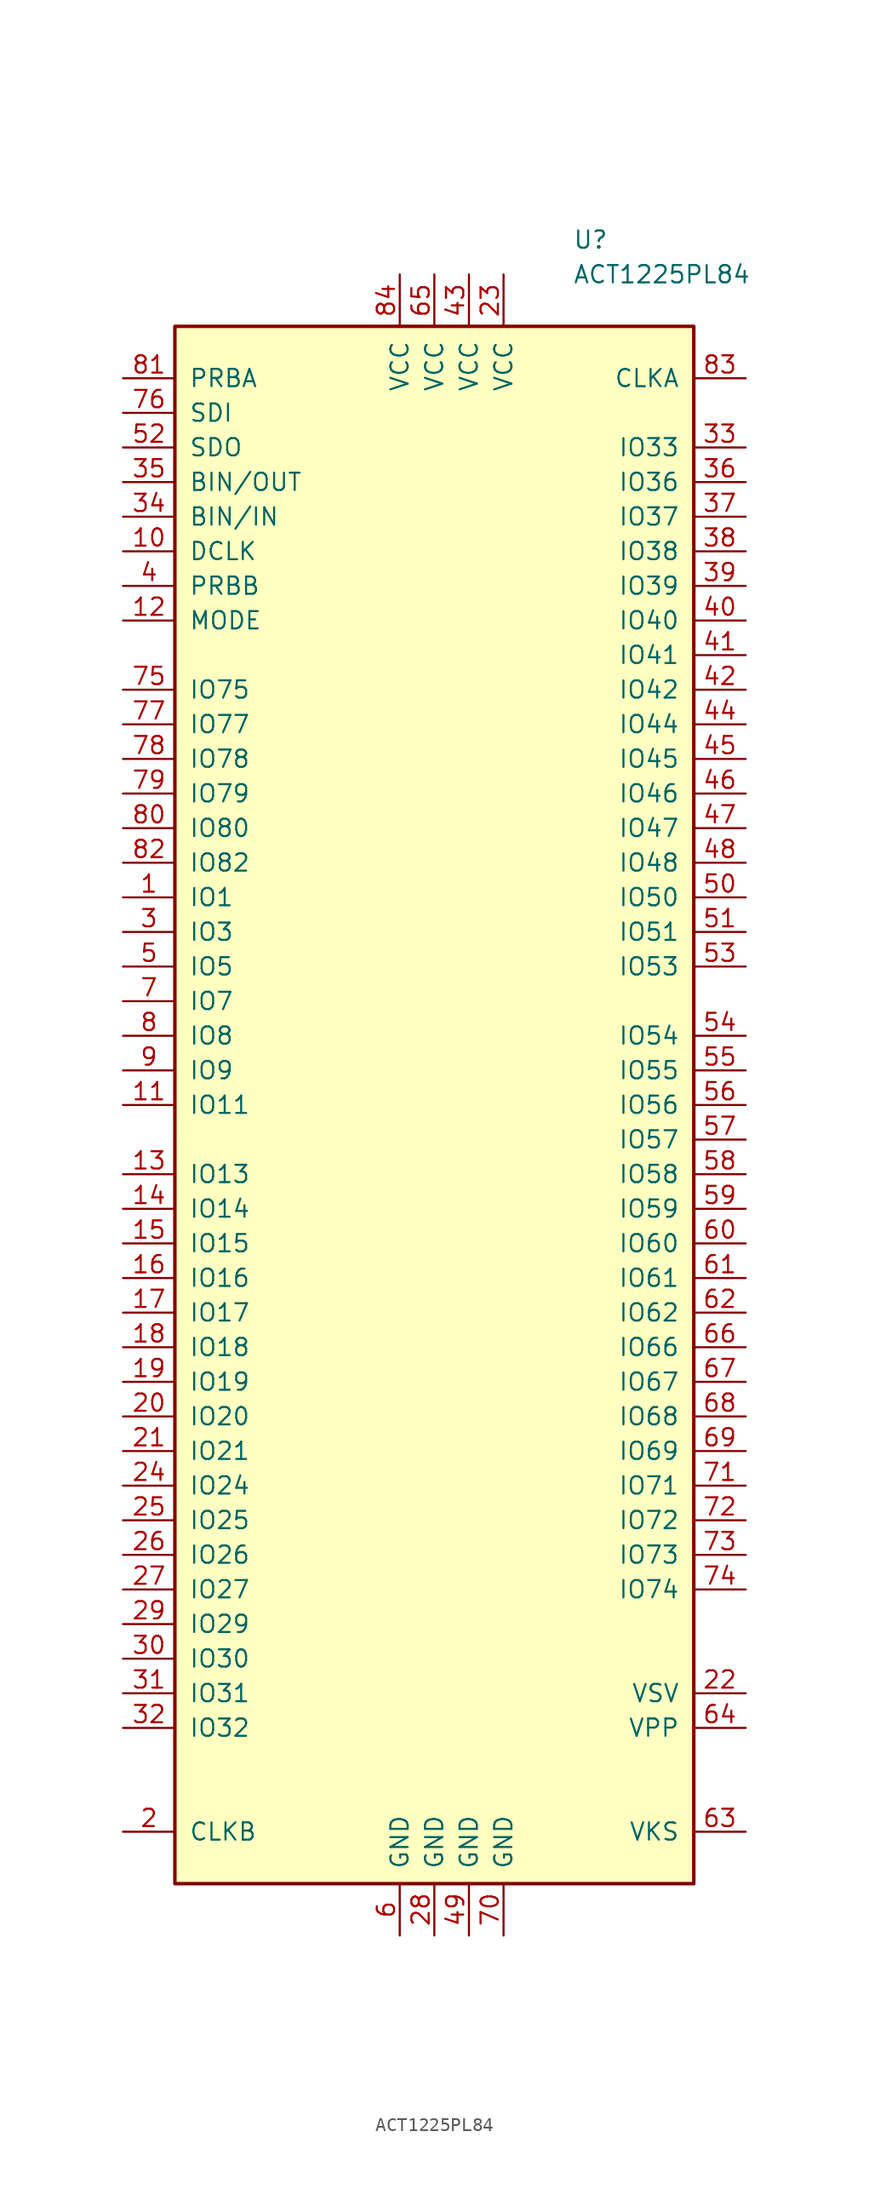
<source format=kicad_sym>
(kicad_symbol_lib
  (version 20201005)
  (generator kicad_symbol_editor)
  (symbol "FPGA_Microsemi:ACT1225PL84"
    (pin_names
      (offset 1.016))
    (property "Reference" "U"
      (at 10.16 63.5 0)
      (effects (font (size 1.27 1.27)) (justify left)))
    (property "Value" "ACT1225PL84"
      (at 10.16 60.96 0)
      (effects (font (size 1.27 1.27)) (justify left)))
    (symbol "ACT1225PL84_0_1"
      (rectangle (start -19.05 -57.15) (end 19.05 57.15) (stroke (width 0.254)) (fill (type background))))
    (symbol "ACT1225PL84_1_1"
      (pin input line (at -22.86 15.24 0) (length 3.81) (name "IO1" (effects (font (size 1.27 1.27)))) (number "1" (effects (font (size 1.27 1.27)))))
      (pin input line (at -22.86 40.64 0) (length 3.81) (name "DCLK" (effects (font (size 1.27 1.27)))) (number "10" (effects (font (size 1.27 1.27)))))
      (pin input line (at -22.86 0 0) (length 3.81) (name "IO11" (effects (font (size 1.27 1.27)))) (number "11" (effects (font (size 1.27 1.27)))))
      (pin input line (at -22.86 35.56 0) (length 3.81) (name "MODE" (effects (font (size 1.27 1.27)))) (number "12" (effects (font (size 1.27 1.27)))))
      (pin input line (at -22.86 -5.08 0) (length 3.81) (name "IO13" (effects (font (size 1.27 1.27)))) (number "13" (effects (font (size 1.27 1.27)))))
      (pin input line (at -22.86 -7.62 0) (length 3.81) (name "IO14" (effects (font (size 1.27 1.27)))) (number "14" (effects (font (size 1.27 1.27)))))
      (pin input line (at -22.86 -10.16 0) (length 3.81) (name "IO15" (effects (font (size 1.27 1.27)))) (number "15" (effects (font (size 1.27 1.27)))))
      (pin input line (at -22.86 -12.7 0) (length 3.81) (name "IO16" (effects (font (size 1.27 1.27)))) (number "16" (effects (font (size 1.27 1.27)))))
      (pin input line (at -22.86 -15.24 0) (length 3.81) (name "IO17" (effects (font (size 1.27 1.27)))) (number "17" (effects (font (size 1.27 1.27)))))
      (pin input line (at -22.86 -17.78 0) (length 3.81) (name "IO18" (effects (font (size 1.27 1.27)))) (number "18" (effects (font (size 1.27 1.27)))))
      (pin input line (at -22.86 -20.32 0) (length 3.81) (name "IO19" (effects (font (size 1.27 1.27)))) (number "19" (effects (font (size 1.27 1.27)))))
      (pin input line (at -22.86 -53.34 0) (length 3.81) (name "CLKB" (effects (font (size 1.27 1.27)))) (number "2" (effects (font (size 1.27 1.27)))))
      (pin input line (at -22.86 -22.86 0) (length 3.81) (name "IO20" (effects (font (size 1.27 1.27)))) (number "20" (effects (font (size 1.27 1.27)))))
      (pin input line (at -22.86 -25.4 0) (length 3.81) (name "IO21" (effects (font (size 1.27 1.27)))) (number "21" (effects (font (size 1.27 1.27)))))
      (pin passive line (at 22.86 -43.18 180) (length 3.81) (name "VSV" (effects (font (size 1.27 1.27)))) (number "22" (effects (font (size 1.27 1.27)))))
      (pin power_in line (at 5.08 60.96 270) (length 3.81) (name "VCC" (effects (font (size 1.27 1.27)))) (number "23" (effects (font (size 1.27 1.27)))))
      (pin input line (at -22.86 -27.94 0) (length 3.81) (name "IO24" (effects (font (size 1.27 1.27)))) (number "24" (effects (font (size 1.27 1.27)))))
      (pin input line (at -22.86 -30.48 0) (length 3.81) (name "IO25" (effects (font (size 1.27 1.27)))) (number "25" (effects (font (size 1.27 1.27)))))
      (pin input line (at -22.86 -33.02 0) (length 3.81) (name "IO26" (effects (font (size 1.27 1.27)))) (number "26" (effects (font (size 1.27 1.27)))))
      (pin input line (at -22.86 -35.56 0) (length 3.81) (name "IO27" (effects (font (size 1.27 1.27)))) (number "27" (effects (font (size 1.27 1.27)))))
      (pin power_in line (at 0 -60.96 90) (length 3.81) (name "GND" (effects (font (size 1.27 1.27)))) (number "28" (effects (font (size 1.27 1.27)))))
      (pin input line (at -22.86 -38.1 0) (length 3.81) (name "IO29" (effects (font (size 1.27 1.27)))) (number "29" (effects (font (size 1.27 1.27)))))
      (pin input line (at -22.86 12.7 0) (length 3.81) (name "IO3" (effects (font (size 1.27 1.27)))) (number "3" (effects (font (size 1.27 1.27)))))
      (pin input line (at -22.86 -40.64 0) (length 3.81) (name "IO30" (effects (font (size 1.27 1.27)))) (number "30" (effects (font (size 1.27 1.27)))))
      (pin input line (at -22.86 -43.18 0) (length 3.81) (name "IO31" (effects (font (size 1.27 1.27)))) (number "31" (effects (font (size 1.27 1.27)))))
      (pin input line (at -22.86 -45.72 0) (length 3.81) (name "IO32" (effects (font (size 1.27 1.27)))) (number "32" (effects (font (size 1.27 1.27)))))
      (pin input line (at 22.86 48.26 180) (length 3.81) (name "IO33" (effects (font (size 1.27 1.27)))) (number "33" (effects (font (size 1.27 1.27)))))
      (pin input line (at -22.86 43.18 0) (length 3.81) (name "BIN/IN" (effects (font (size 1.27 1.27)))) (number "34" (effects (font (size 1.27 1.27)))))
      (pin input line (at -22.86 45.72 0) (length 3.81) (name "BIN/OUT" (effects (font (size 1.27 1.27)))) (number "35" (effects (font (size 1.27 1.27)))))
      (pin input line (at 22.86 45.72 180) (length 3.81) (name "IO36" (effects (font (size 1.27 1.27)))) (number "36" (effects (font (size 1.27 1.27)))))
      (pin input line (at 22.86 43.18 180) (length 3.81) (name "IO37" (effects (font (size 1.27 1.27)))) (number "37" (effects (font (size 1.27 1.27)))))
      (pin input line (at 22.86 40.64 180) (length 3.81) (name "IO38" (effects (font (size 1.27 1.27)))) (number "38" (effects (font (size 1.27 1.27)))))
      (pin input line (at 22.86 38.1 180) (length 3.81) (name "IO39" (effects (font (size 1.27 1.27)))) (number "39" (effects (font (size 1.27 1.27)))))
      (pin input line (at -22.86 38.1 0) (length 3.81) (name "PRBB" (effects (font (size 1.27 1.27)))) (number "4" (effects (font (size 1.27 1.27)))))
      (pin input line (at 22.86 35.56 180) (length 3.81) (name "IO40" (effects (font (size 1.27 1.27)))) (number "40" (effects (font (size 1.27 1.27)))))
      (pin input line (at 22.86 33.02 180) (length 3.81) (name "IO41" (effects (font (size 1.27 1.27)))) (number "41" (effects (font (size 1.27 1.27)))))
      (pin input line (at 22.86 30.48 180) (length 3.81) (name "IO42" (effects (font (size 1.27 1.27)))) (number "42" (effects (font (size 1.27 1.27)))))
      (pin power_in line (at 2.54 60.96 270) (length 3.81) (name "VCC" (effects (font (size 1.27 1.27)))) (number "43" (effects (font (size 1.27 1.27)))))
      (pin input line (at 22.86 27.94 180) (length 3.81) (name "IO44" (effects (font (size 1.27 1.27)))) (number "44" (effects (font (size 1.27 1.27)))))
      (pin input line (at 22.86 25.4 180) (length 3.81) (name "IO45" (effects (font (size 1.27 1.27)))) (number "45" (effects (font (size 1.27 1.27)))))
      (pin input line (at 22.86 22.86 180) (length 3.81) (name "IO46" (effects (font (size 1.27 1.27)))) (number "46" (effects (font (size 1.27 1.27)))))
      (pin input line (at 22.86 20.32 180) (length 3.81) (name "IO47" (effects (font (size 1.27 1.27)))) (number "47" (effects (font (size 1.27 1.27)))))
      (pin input line (at 22.86 17.78 180) (length 3.81) (name "IO48" (effects (font (size 1.27 1.27)))) (number "48" (effects (font (size 1.27 1.27)))))
      (pin power_in line (at 2.54 -60.96 90) (length 3.81) (name "GND" (effects (font (size 1.27 1.27)))) (number "49" (effects (font (size 1.27 1.27)))))
      (pin input line (at -22.86 10.16 0) (length 3.81) (name "IO5" (effects (font (size 1.27 1.27)))) (number "5" (effects (font (size 1.27 1.27)))))
      (pin input line (at 22.86 15.24 180) (length 3.81) (name "IO50" (effects (font (size 1.27 1.27)))) (number "50" (effects (font (size 1.27 1.27)))))
      (pin input line (at 22.86 12.7 180) (length 3.81) (name "IO51" (effects (font (size 1.27 1.27)))) (number "51" (effects (font (size 1.27 1.27)))))
      (pin input line (at -22.86 48.26 0) (length 3.81) (name "SDO" (effects (font (size 1.27 1.27)))) (number "52" (effects (font (size 1.27 1.27)))))
      (pin input line (at 22.86 10.16 180) (length 3.81) (name "IO53" (effects (font (size 1.27 1.27)))) (number "53" (effects (font (size 1.27 1.27)))))
      (pin input line (at 22.86 5.08 180) (length 3.81) (name "IO54" (effects (font (size 1.27 1.27)))) (number "54" (effects (font (size 1.27 1.27)))))
      (pin input line (at 22.86 2.54 180) (length 3.81) (name "IO55" (effects (font (size 1.27 1.27)))) (number "55" (effects (font (size 1.27 1.27)))))
      (pin input line (at 22.86 0 180) (length 3.81) (name "IO56" (effects (font (size 1.27 1.27)))) (number "56" (effects (font (size 1.27 1.27)))))
      (pin input line (at 22.86 -2.54 180) (length 3.81) (name "IO57" (effects (font (size 1.27 1.27)))) (number "57" (effects (font (size 1.27 1.27)))))
      (pin input line (at 22.86 -5.08 180) (length 3.81) (name "IO58" (effects (font (size 1.27 1.27)))) (number "58" (effects (font (size 1.27 1.27)))))
      (pin input line (at 22.86 -7.62 180) (length 3.81) (name "IO59" (effects (font (size 1.27 1.27)))) (number "59" (effects (font (size 1.27 1.27)))))
      (pin power_in line (at -2.54 -60.96 90) (length 3.81) (name "GND" (effects (font (size 1.27 1.27)))) (number "6" (effects (font (size 1.27 1.27)))))
      (pin input line (at 22.86 -10.16 180) (length 3.81) (name "IO60" (effects (font (size 1.27 1.27)))) (number "60" (effects (font (size 1.27 1.27)))))
      (pin input line (at 22.86 -12.7 180) (length 3.81) (name "IO61" (effects (font (size 1.27 1.27)))) (number "61" (effects (font (size 1.27 1.27)))))
      (pin input line (at 22.86 -15.24 180) (length 3.81) (name "IO62" (effects (font (size 1.27 1.27)))) (number "62" (effects (font (size 1.27 1.27)))))
      (pin passive line (at 22.86 -53.34 180) (length 3.81) (name "VKS" (effects (font (size 1.27 1.27)))) (number "63" (effects (font (size 1.27 1.27)))))
      (pin passive line (at 22.86 -45.72 180) (length 3.81) (name "VPP" (effects (font (size 1.27 1.27)))) (number "64" (effects (font (size 1.27 1.27)))))
      (pin power_in line (at 0 60.96 270) (length 3.81) (name "VCC" (effects (font (size 1.27 1.27)))) (number "65" (effects (font (size 1.27 1.27)))))
      (pin input line (at 22.86 -17.78 180) (length 3.81) (name "IO66" (effects (font (size 1.27 1.27)))) (number "66" (effects (font (size 1.27 1.27)))))
      (pin input line (at 22.86 -20.32 180) (length 3.81) (name "IO67" (effects (font (size 1.27 1.27)))) (number "67" (effects (font (size 1.27 1.27)))))
      (pin input line (at 22.86 -22.86 180) (length 3.81) (name "IO68" (effects (font (size 1.27 1.27)))) (number "68" (effects (font (size 1.27 1.27)))))
      (pin input line (at 22.86 -25.4 180) (length 3.81) (name "IO69" (effects (font (size 1.27 1.27)))) (number "69" (effects (font (size 1.27 1.27)))))
      (pin input line (at -22.86 7.62 0) (length 3.81) (name "IO7" (effects (font (size 1.27 1.27)))) (number "7" (effects (font (size 1.27 1.27)))))
      (pin power_in line (at 5.08 -60.96 90) (length 3.81) (name "GND" (effects (font (size 1.27 1.27)))) (number "70" (effects (font (size 1.27 1.27)))))
      (pin input line (at 22.86 -27.94 180) (length 3.81) (name "IO71" (effects (font (size 1.27 1.27)))) (number "71" (effects (font (size 1.27 1.27)))))
      (pin input line (at 22.86 -30.48 180) (length 3.81) (name "IO72" (effects (font (size 1.27 1.27)))) (number "72" (effects (font (size 1.27 1.27)))))
      (pin input line (at 22.86 -33.02 180) (length 3.81) (name "IO73" (effects (font (size 1.27 1.27)))) (number "73" (effects (font (size 1.27 1.27)))))
      (pin input line (at 22.86 -35.56 180) (length 3.81) (name "IO74" (effects (font (size 1.27 1.27)))) (number "74" (effects (font (size 1.27 1.27)))))
      (pin input line (at -22.86 30.48 0) (length 3.81) (name "IO75" (effects (font (size 1.27 1.27)))) (number "75" (effects (font (size 1.27 1.27)))))
      (pin input line (at -22.86 50.8 0) (length 3.81) (name "SDI" (effects (font (size 1.27 1.27)))) (number "76" (effects (font (size 1.27 1.27)))))
      (pin input line (at -22.86 27.94 0) (length 3.81) (name "IO77" (effects (font (size 1.27 1.27)))) (number "77" (effects (font (size 1.27 1.27)))))
      (pin input line (at -22.86 25.4 0) (length 3.81) (name "IO78" (effects (font (size 1.27 1.27)))) (number "78" (effects (font (size 1.27 1.27)))))
      (pin input line (at -22.86 22.86 0) (length 3.81) (name "IO79" (effects (font (size 1.27 1.27)))) (number "79" (effects (font (size 1.27 1.27)))))
      (pin input line (at -22.86 5.08 0) (length 3.81) (name "IO8" (effects (font (size 1.27 1.27)))) (number "8" (effects (font (size 1.27 1.27)))))
      (pin input line (at -22.86 20.32 0) (length 3.81) (name "IO80" (effects (font (size 1.27 1.27)))) (number "80" (effects (font (size 1.27 1.27)))))
      (pin input line (at -22.86 53.34 0) (length 3.81) (name "PRBA" (effects (font (size 1.27 1.27)))) (number "81" (effects (font (size 1.27 1.27)))))
      (pin input line (at -22.86 17.78 0) (length 3.81) (name "IO82" (effects (font (size 1.27 1.27)))) (number "82" (effects (font (size 1.27 1.27)))))
      (pin input line (at 22.86 53.34 180) (length 3.81) (name "CLKA" (effects (font (size 1.27 1.27)))) (number "83" (effects (font (size 1.27 1.27)))))
      (pin power_in line (at -2.54 60.96 270) (length 3.81) (name "VCC" (effects (font (size 1.27 1.27)))) (number "84" (effects (font (size 1.27 1.27)))))
      (pin input line (at -22.86 2.54 0) (length 3.81) (name "IO9" (effects (font (size 1.27 1.27)))) (number "9" (effects (font (size 1.27 1.27))))))))
</source>
